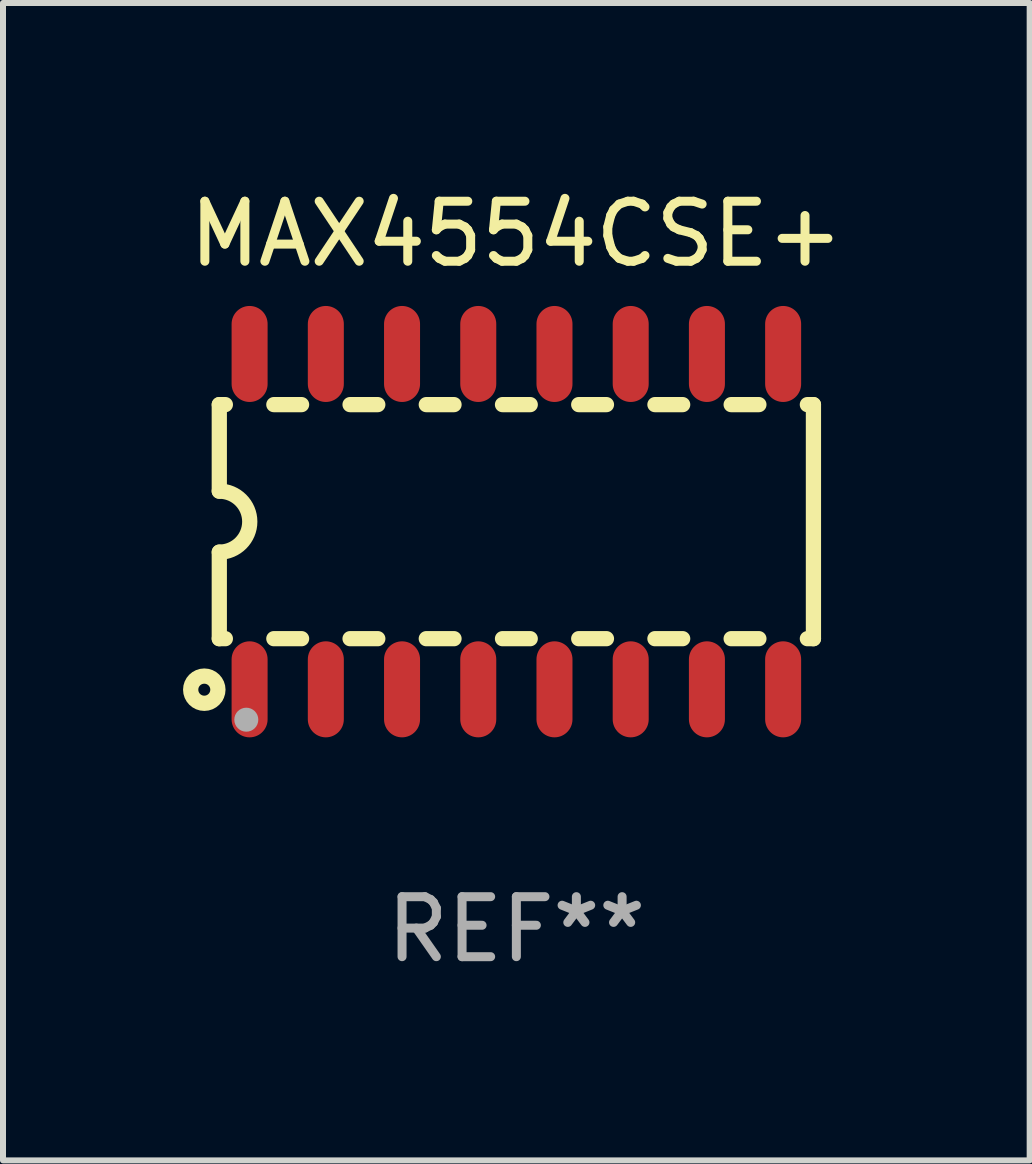
<source format=kicad_pcb>
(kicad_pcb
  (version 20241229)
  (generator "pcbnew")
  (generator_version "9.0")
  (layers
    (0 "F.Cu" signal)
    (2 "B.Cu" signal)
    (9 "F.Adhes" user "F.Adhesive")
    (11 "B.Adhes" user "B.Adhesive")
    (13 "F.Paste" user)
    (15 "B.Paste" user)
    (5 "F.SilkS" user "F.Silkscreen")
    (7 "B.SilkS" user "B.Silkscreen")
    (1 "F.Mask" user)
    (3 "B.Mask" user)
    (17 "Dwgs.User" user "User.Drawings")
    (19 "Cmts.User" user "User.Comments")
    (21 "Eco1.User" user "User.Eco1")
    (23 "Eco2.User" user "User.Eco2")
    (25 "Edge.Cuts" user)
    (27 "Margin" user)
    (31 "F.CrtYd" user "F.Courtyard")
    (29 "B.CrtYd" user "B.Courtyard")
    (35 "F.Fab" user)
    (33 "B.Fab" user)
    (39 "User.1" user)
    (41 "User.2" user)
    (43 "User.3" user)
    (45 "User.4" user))
  (footprint "MAX4554CSE+"
    (layer "F.Cu")
    (at 5.554 5.642)
    (property "Reference" "MAX4554CSE+" (at 0 -4.794 0) (layer "F.SilkS") (effects (font (size 1 1) (thickness 0.15))))
    (attr through_hole)
    (fp_line (start -4.95 -1.95) (end -4.95 -0.508) (stroke (width 0.254) (type solid)) (layer "F.SilkS"))
    (fp_line (start -4.95 -1.95) (end -4.849 -1.95) (stroke (width 0.254) (type solid)) (layer "F.SilkS"))
    (fp_line (start -4.95 1.95) (end -4.95 0.508) (stroke (width 0.254) (type solid)) (layer "F.SilkS"))
    (fp_line (start -4.95 1.95) (end -4.849 1.95) (stroke (width 0.254) (type solid)) (layer "F.SilkS"))
    (fp_line (start -4.041 -1.95) (end -3.579 -1.95) (stroke (width 0.254) (type solid)) (layer "F.SilkS"))
    (fp_line (start -4.041 1.95) (end -3.579 1.95) (stroke (width 0.254) (type solid)) (layer "F.SilkS"))
    (fp_line (start -2.771 -1.95) (end -2.309 -1.95) (stroke (width 0.254) (type solid)) (layer "F.SilkS"))
    (fp_line (start -2.771 1.95) (end -2.309 1.95) (stroke (width 0.254) (type solid)) (layer "F.SilkS"))
    (fp_line (start -1.501 -1.95) (end -1.039 -1.95) (stroke (width 0.254) (type solid)) (layer "F.SilkS"))
    (fp_line (start -1.501 1.95) (end -1.039 1.95) (stroke (width 0.254) (type solid)) (layer "F.SilkS"))
    (fp_line (start -0.231 -1.95) (end 0.231 -1.95) (stroke (width 0.254) (type solid)) (layer "F.SilkS"))
    (fp_line (start -0.231 1.95) (end 0.231 1.95) (stroke (width 0.254) (type solid)) (layer "F.SilkS"))
    (fp_line (start 1.039 -1.95) (end 1.501 -1.95) (stroke (width 0.254) (type solid)) (layer "F.SilkS"))
    (fp_line (start 1.039 1.95) (end 1.501 1.95) (stroke (width 0.254) (type solid)) (layer "F.SilkS"))
    (fp_line (start 2.309 -1.95) (end 2.771 -1.95) (stroke (width 0.254) (type solid)) (layer "F.SilkS"))
    (fp_line (start 2.309 1.95) (end 2.771 1.95) (stroke (width 0.254) (type solid)) (layer "F.SilkS"))
    (fp_line (start 3.579 -1.95) (end 4.041 -1.95) (stroke (width 0.254) (type solid)) (layer "F.SilkS"))
    (fp_line (start 3.579 1.95) (end 4.041 1.95) (stroke (width 0.254) (type solid)) (layer "F.SilkS"))
    (fp_line (start 4.849 -1.95) (end 4.95 -1.95) (stroke (width 0.254) (type solid)) (layer "F.SilkS"))
    (fp_line (start 4.849 1.95) (end 4.95 1.95) (stroke (width 0.254) (type solid)) (layer "F.SilkS"))
    (fp_line (start 4.95 -1.95) (end 4.95 1.95) (stroke (width 0.254) (type solid)) (layer "F.SilkS"))
    (fp_arc (start -4.95047 -0.508001) (mid -4.442469 -0.000228) (end -4.950013 0.508001) (stroke (width 0.254001) (type solid)) (layer "F.SilkS"))
    (fp_circle (center -5.2 2.8) (end -5.1 2.8) (stroke (width 0.254) (type solid)) (fill no) (layer "F.SilkS"))
    (fp_circle (center -4.95 2.947) (end -4.92 2.947) (stroke (width 0.06) (type solid)) (fill no) (layer "F.SilkS"))
    (fp_circle (center -4.5 3.3) (end -4.4 3.3) (stroke (width 0.2) (type solid)) (fill no) (layer "F.Fab"))
    (fp_text user "REF**" (at 0 6.794 0) (layer "F.Fab") (effects (font (size 1 1) (thickness 0.15))))
    (pad "1" smd oval (at -4.445 2.794) (size 0.6 1.6) (layers "F.Cu" "F.Mask" "F.Paste"))
    (pad "2" smd oval (at -3.175 2.794) (size 0.6 1.6) (layers "F.Cu" "F.Mask" "F.Paste"))
    (pad "3" smd oval (at -1.905 2.794) (size 0.6 1.6) (layers "F.Cu" "F.Mask" "F.Paste"))
    (pad "4" smd oval (at -0.635 2.794) (size 0.6 1.6) (layers "F.Cu" "F.Mask" "F.Paste"))
    (pad "5" smd oval (at 0.635 2.794) (size 0.6 1.6) (layers "F.Cu" "F.Mask" "F.Paste"))
    (pad "6" smd oval (at 1.905 2.794) (size 0.6 1.6) (layers "F.Cu" "F.Mask" "F.Paste"))
    (pad "7" smd oval (at 3.175 2.794) (size 0.6 1.6) (layers "F.Cu" "F.Mask" "F.Paste"))
    (pad "8" smd oval (at 4.445 2.794) (size 0.6 1.6) (layers "F.Cu" "F.Mask" "F.Paste"))
    (pad "9" smd oval (at 4.445 -2.794) (size 0.6 1.6) (layers "F.Cu" "F.Mask" "F.Paste"))
    (pad "10" smd oval (at 3.175 -2.794) (size 0.6 1.6) (layers "F.Cu" "F.Mask" "F.Paste"))
    (pad "11" smd oval (at 1.905 -2.794) (size 0.6 1.6) (layers "F.Cu" "F.Mask" "F.Paste"))
    (pad "12" smd oval (at 0.635 -2.794) (size 0.6 1.6) (layers "F.Cu" "F.Mask" "F.Paste"))
    (pad "13" smd oval (at -0.635 -2.794) (size 0.6 1.6) (layers "F.Cu" "F.Mask" "F.Paste"))
    (pad "14" smd oval (at -1.905 -2.794) (size 0.6 1.6) (layers "F.Cu" "F.Mask" "F.Paste"))
    (pad "15" smd oval (at -3.175 -2.794) (size 0.6 1.6) (layers "F.Cu" "F.Mask" "F.Paste"))
    (pad "16" smd oval (at -4.445 -2.794) (size 0.6 1.6) (layers "F.Cu" "F.Mask" "F.Paste")))
  (gr_rect
    (start -3 -3)
    (end 14.107 16.285)
    (stroke (width 0.1) (type default))
    (fill no)
    (layer "Edge.Cuts")))
</source>
